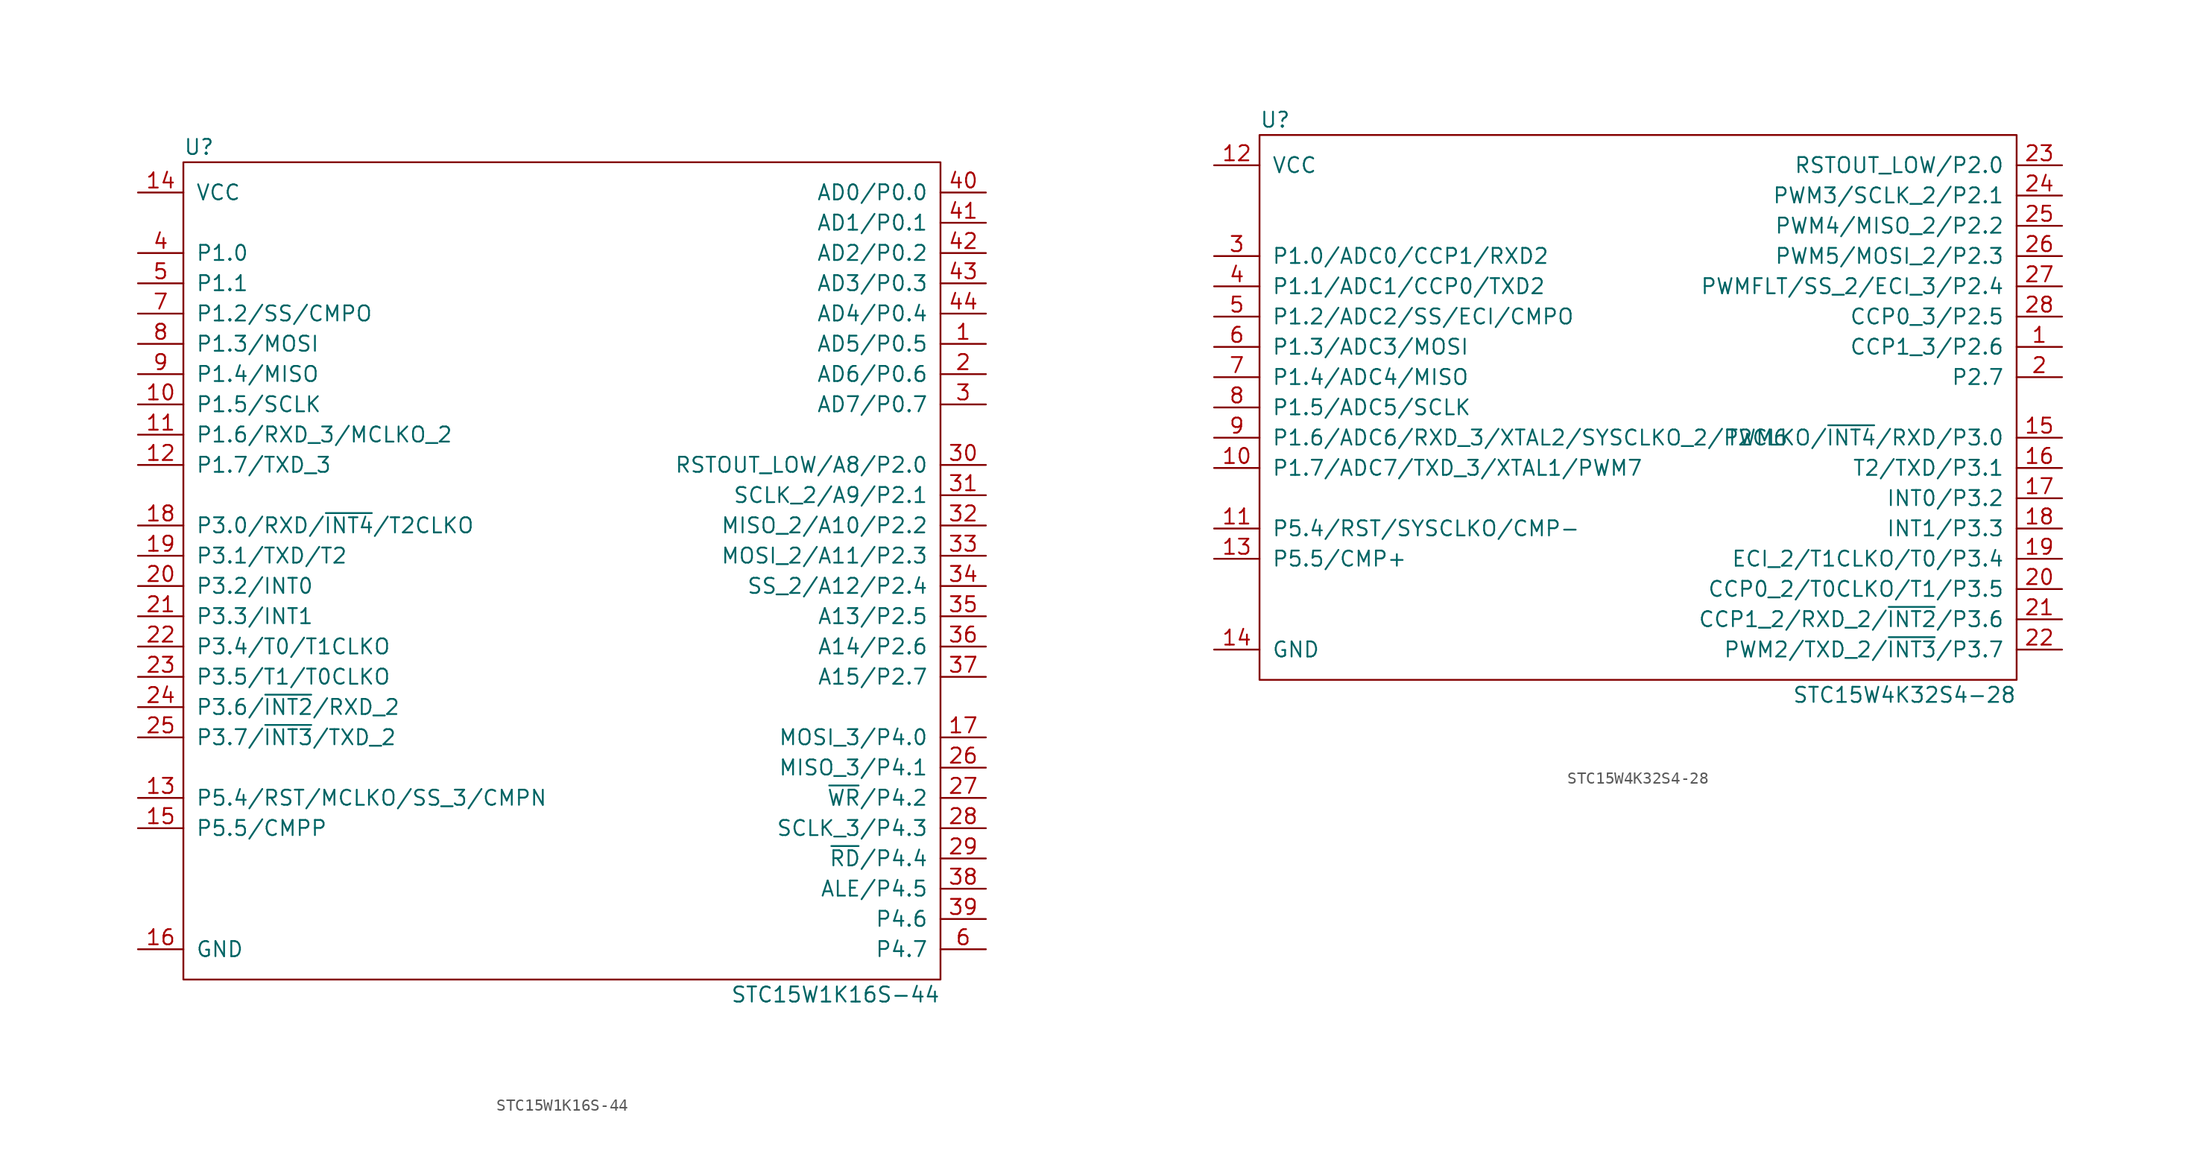
<source format=kicad_sym>
(kicad_symbol_lib
  (version 20211014)
  (generator kicad_symbol_editor)
  (symbol "STC15W1K16S-44"
    (pin_names
      (offset 1.016))
    (property "Reference" "U"
      (at -31.75 34.29 0)
      (effects (font (size 1.27 1.27)) (justify left)))
    (property "Value" "STC15W1K16S-44"
      (at 31.75 -36.83 0)
      (effects (font (size 1.27 1.27)) (justify right)))
    (symbol "STC15W1K16S-44_0_1"
      (rectangle (start -31.75 33.02) (end 31.75 -35.56) (stroke (width 0.152) (type default) (color 0 0 0 0)) (fill (type none))))
    (symbol "STC15W1K16S-44_1_1"
      (pin tri_state line (at 35.56 17.78 180) (length 3.81) (name "AD5/P0.5" (effects (font (size 1.27 1.27)))) (number "1" (effects (font (size 1.27 1.27)))))
      (pin tri_state line (at -35.56 12.7 0) (length 3.81) (name "P1.5/SCLK" (effects (font (size 1.27 1.27)))) (number "10" (effects (font (size 1.27 1.27)))))
      (pin tri_state line (at -35.56 10.16 0) (length 3.81) (name "P1.6/RXD_3/MCLKO_2" (effects (font (size 1.27 1.27)))) (number "11" (effects (font (size 1.27 1.27)))))
      (pin tri_state line (at -35.56 7.62 0) (length 3.81) (name "P1.7/TXD_3" (effects (font (size 1.27 1.27)))) (number "12" (effects (font (size 1.27 1.27)))))
      (pin tri_state line (at -35.56 -20.32 0) (length 3.81) (name "P5.4/RST/MCLKO/SS_3/CMPN" (effects (font (size 1.27 1.27)))) (number "13" (effects (font (size 1.27 1.27)))))
      (pin power_in line (at -35.56 30.48 0) (length 3.81) (name "VCC" (effects (font (size 1.27 1.27)))) (number "14" (effects (font (size 1.27 1.27)))))
      (pin tri_state line (at -35.56 -22.86 0) (length 3.81) (name "P5.5/CMPP" (effects (font (size 1.27 1.27)))) (number "15" (effects (font (size 1.27 1.27)))))
      (pin power_in line (at -35.56 -33.02 0) (length 3.81) (name "GND" (effects (font (size 1.27 1.27)))) (number "16" (effects (font (size 1.27 1.27)))))
      (pin tri_state line (at 35.56 -15.24 180) (length 3.81) (name "MOSI_3/P4.0" (effects (font (size 1.27 1.27)))) (number "17" (effects (font (size 1.27 1.27)))))
      (pin tri_state line (at -35.56 2.54 0) (length 3.81) (name "P3.0/RXD/~{INT4}/T2CLKO" (effects (font (size 1.27 1.27)))) (number "18" (effects (font (size 1.27 1.27)))))
      (pin tri_state line (at -35.56 0 0) (length 3.81) (name "P3.1/TXD/T2" (effects (font (size 1.27 1.27)))) (number "19" (effects (font (size 1.27 1.27)))))
      (pin tri_state line (at 35.56 15.24 180) (length 3.81) (name "AD6/P0.6" (effects (font (size 1.27 1.27)))) (number "2" (effects (font (size 1.27 1.27)))))
      (pin tri_state line (at -35.56 -2.54 0) (length 3.81) (name "P3.2/INT0" (effects (font (size 1.27 1.27)))) (number "20" (effects (font (size 1.27 1.27)))))
      (pin tri_state line (at -35.56 -5.08 0) (length 3.81) (name "P3.3/INT1" (effects (font (size 1.27 1.27)))) (number "21" (effects (font (size 1.27 1.27)))))
      (pin tri_state line (at -35.56 -7.62 0) (length 3.81) (name "P3.4/T0/T1CLKO" (effects (font (size 1.27 1.27)))) (number "22" (effects (font (size 1.27 1.27)))))
      (pin tri_state line (at -35.56 -10.16 0) (length 3.81) (name "P3.5/T1/T0CLKO" (effects (font (size 1.27 1.27)))) (number "23" (effects (font (size 1.27 1.27)))))
      (pin tri_state line (at -35.56 -12.7 0) (length 3.81) (name "P3.6/~{INT2}/RXD_2" (effects (font (size 1.27 1.27)))) (number "24" (effects (font (size 1.27 1.27)))))
      (pin tri_state line (at -35.56 -15.24 0) (length 3.81) (name "P3.7/~{INT3}/TXD_2" (effects (font (size 1.27 1.27)))) (number "25" (effects (font (size 1.27 1.27)))))
      (pin tri_state line (at 35.56 -17.78 180) (length 3.81) (name "MISO_3/P4.1" (effects (font (size 1.27 1.27)))) (number "26" (effects (font (size 1.27 1.27)))))
      (pin tri_state line (at 35.56 -20.32 180) (length 3.81) (name "~{WR}/P4.2" (effects (font (size 1.27 1.27)))) (number "27" (effects (font (size 1.27 1.27)))))
      (pin tri_state line (at 35.56 -22.86 180) (length 3.81) (name "SCLK_3/P4.3" (effects (font (size 1.27 1.27)))) (number "28" (effects (font (size 1.27 1.27)))))
      (pin tri_state line (at 35.56 -25.4 180) (length 3.81) (name "~{RD}/P4.4" (effects (font (size 1.27 1.27)))) (number "29" (effects (font (size 1.27 1.27)))))
      (pin tri_state line (at 35.56 12.7 180) (length 3.81) (name "AD7/P0.7" (effects (font (size 1.27 1.27)))) (number "3" (effects (font (size 1.27 1.27)))))
      (pin tri_state line (at 35.56 7.62 180) (length 3.81) (name "RSTOUT_LOW/A8/P2.0" (effects (font (size 1.27 1.27)))) (number "30" (effects (font (size 1.27 1.27)))))
      (pin tri_state line (at 35.56 5.08 180) (length 3.81) (name "SCLK_2/A9/P2.1" (effects (font (size 1.27 1.27)))) (number "31" (effects (font (size 1.27 1.27)))))
      (pin tri_state line (at 35.56 2.54 180) (length 3.81) (name "MISO_2/A10/P2.2" (effects (font (size 1.27 1.27)))) (number "32" (effects (font (size 1.27 1.27)))))
      (pin tri_state line (at 35.56 0 180) (length 3.81) (name "MOSI_2/A11/P2.3" (effects (font (size 1.27 1.27)))) (number "33" (effects (font (size 1.27 1.27)))))
      (pin tri_state line (at 35.56 -2.54 180) (length 3.81) (name "SS_2/A12/P2.4" (effects (font (size 1.27 1.27)))) (number "34" (effects (font (size 1.27 1.27)))))
      (pin tri_state line (at 35.56 -5.08 180) (length 3.81) (name "A13/P2.5" (effects (font (size 1.27 1.27)))) (number "35" (effects (font (size 1.27 1.27)))))
      (pin tri_state line (at 35.56 -7.62 180) (length 3.81) (name "A14/P2.6" (effects (font (size 1.27 1.27)))) (number "36" (effects (font (size 1.27 1.27)))))
      (pin tri_state line (at 35.56 -10.16 180) (length 3.81) (name "A15/P2.7" (effects (font (size 1.27 1.27)))) (number "37" (effects (font (size 1.27 1.27)))))
      (pin tri_state line (at 35.56 -27.94 180) (length 3.81) (name "ALE/P4.5" (effects (font (size 1.27 1.27)))) (number "38" (effects (font (size 1.27 1.27)))))
      (pin tri_state line (at 35.56 -30.48 180) (length 3.81) (name "P4.6" (effects (font (size 1.27 1.27)))) (number "39" (effects (font (size 1.27 1.27)))))
      (pin tri_state line (at -35.56 25.4 0) (length 3.81) (name "P1.0" (effects (font (size 1.27 1.27)))) (number "4" (effects (font (size 1.27 1.27)))))
      (pin tri_state line (at 35.56 30.48 180) (length 3.81) (name "AD0/P0.0" (effects (font (size 1.27 1.27)))) (number "40" (effects (font (size 1.27 1.27)))))
      (pin tri_state line (at 35.56 27.94 180) (length 3.81) (name "AD1/P0.1" (effects (font (size 1.27 1.27)))) (number "41" (effects (font (size 1.27 1.27)))))
      (pin tri_state line (at 35.56 25.4 180) (length 3.81) (name "AD2/P0.2" (effects (font (size 1.27 1.27)))) (number "42" (effects (font (size 1.27 1.27)))))
      (pin tri_state line (at 35.56 22.86 180) (length 3.81) (name "AD3/P0.3" (effects (font (size 1.27 1.27)))) (number "43" (effects (font (size 1.27 1.27)))))
      (pin tri_state line (at 35.56 20.32 180) (length 3.81) (name "AD4/P0.4" (effects (font (size 1.27 1.27)))) (number "44" (effects (font (size 1.27 1.27)))))
      (pin tri_state line (at -35.56 22.86 0) (length 3.81) (name "P1.1" (effects (font (size 1.27 1.27)))) (number "5" (effects (font (size 1.27 1.27)))))
      (pin tri_state line (at 35.56 -33.02 180) (length 3.81) (name "P4.7" (effects (font (size 1.27 1.27)))) (number "6" (effects (font (size 1.27 1.27)))))
      (pin tri_state line (at -35.56 20.32 0) (length 3.81) (name "P1.2/SS/CMPO" (effects (font (size 1.27 1.27)))) (number "7" (effects (font (size 1.27 1.27)))))
      (pin tri_state line (at -35.56 17.78 0) (length 3.81) (name "P1.3/MOSI" (effects (font (size 1.27 1.27)))) (number "8" (effects (font (size 1.27 1.27)))))
      (pin tri_state line (at -35.56 15.24 0) (length 3.81) (name "P1.4/MISO" (effects (font (size 1.27 1.27)))) (number "9" (effects (font (size 1.27 1.27)))))))
  (symbol "STC15W4K32S4-28"
    (pin_names
      (offset 1.016))
    (property "Reference" "U"
      (at -31.75 24.13 0)
      (effects (font (size 1.27 1.27)) (justify left)))
    (property "Value" "STC15W4K32S4-28"
      (at 31.75 -24.13 0)
      (effects (font (size 1.27 1.27)) (justify right)))
    (symbol "STC15W4K32S4-28_0_1"
      (rectangle (start -31.75 22.86) (end 31.75 -22.86) (stroke (width 0.152) (type default) (color 0 0 0 0)) (fill (type none))))
    (symbol "STC15W4K32S4-28_1_1"
      (pin tri_state line (at 35.56 5.08 180) (length 3.81) (name "CCP1_3/P2.6" (effects (font (size 1.27 1.27)))) (number "1" (effects (font (size 1.27 1.27)))))
      (pin tri_state line (at -35.56 -5.08 0) (length 3.81) (name "P1.7/ADC7/TXD_3/XTAL1/PWM7" (effects (font (size 1.27 1.27)))) (number "10" (effects (font (size 1.27 1.27)))))
      (pin tri_state line (at -35.56 -10.16 0) (length 3.81) (name "P5.4/RST/SYSCLKO/CMP-" (effects (font (size 1.27 1.27)))) (number "11" (effects (font (size 1.27 1.27)))))
      (pin power_in line (at -35.56 20.32 0) (length 3.81) (name "VCC" (effects (font (size 1.27 1.27)))) (number "12" (effects (font (size 1.27 1.27)))))
      (pin tri_state line (at -35.56 -12.7 0) (length 3.81) (name "P5.5/CMP+" (effects (font (size 1.27 1.27)))) (number "13" (effects (font (size 1.27 1.27)))))
      (pin power_in line (at -35.56 -20.32 0) (length 3.81) (name "GND" (effects (font (size 1.27 1.27)))) (number "14" (effects (font (size 1.27 1.27)))))
      (pin tri_state line (at 35.56 -2.54 180) (length 3.81) (name "T2CLKO/~{INT4}/RXD/P3.0" (effects (font (size 1.27 1.27)))) (number "15" (effects (font (size 1.27 1.27)))))
      (pin tri_state line (at 35.56 -5.08 180) (length 3.81) (name "T2/TXD/P3.1" (effects (font (size 1.27 1.27)))) (number "16" (effects (font (size 1.27 1.27)))))
      (pin tri_state line (at 35.56 -7.62 180) (length 3.81) (name "INT0/P3.2" (effects (font (size 1.27 1.27)))) (number "17" (effects (font (size 1.27 1.27)))))
      (pin tri_state line (at 35.56 -10.16 180) (length 3.81) (name "INT1/P3.3" (effects (font (size 1.27 1.27)))) (number "18" (effects (font (size 1.27 1.27)))))
      (pin tri_state line (at 35.56 -12.7 180) (length 3.81) (name "ECI_2/T1CLKO/T0/P3.4" (effects (font (size 1.27 1.27)))) (number "19" (effects (font (size 1.27 1.27)))))
      (pin tri_state line (at 35.56 2.54 180) (length 3.81) (name "P2.7" (effects (font (size 1.27 1.27)))) (number "2" (effects (font (size 1.27 1.27)))))
      (pin tri_state line (at 35.56 -15.24 180) (length 3.81) (name "CCP0_2/T0CLKO/T1/P3.5" (effects (font (size 1.27 1.27)))) (number "20" (effects (font (size 1.27 1.27)))))
      (pin tri_state line (at 35.56 -17.78 180) (length 3.81) (name "CCP1_2/RXD_2/~{INT2}/P3.6" (effects (font (size 1.27 1.27)))) (number "21" (effects (font (size 1.27 1.27)))))
      (pin tri_state line (at 35.56 -20.32 180) (length 3.81) (name "PWM2/TXD_2/~{INT3}/P3.7" (effects (font (size 1.27 1.27)))) (number "22" (effects (font (size 1.27 1.27)))))
      (pin tri_state line (at 35.56 20.32 180) (length 3.81) (name "RSTOUT_LOW/P2.0" (effects (font (size 1.27 1.27)))) (number "23" (effects (font (size 1.27 1.27)))))
      (pin tri_state line (at 35.56 17.78 180) (length 3.81) (name "PWM3/SCLK_2/P2.1" (effects (font (size 1.27 1.27)))) (number "24" (effects (font (size 1.27 1.27)))))
      (pin tri_state line (at 35.56 15.24 180) (length 3.81) (name "PWM4/MISO_2/P2.2" (effects (font (size 1.27 1.27)))) (number "25" (effects (font (size 1.27 1.27)))))
      (pin tri_state line (at 35.56 12.7 180) (length 3.81) (name "PWM5/MOSI_2/P2.3" (effects (font (size 1.27 1.27)))) (number "26" (effects (font (size 1.27 1.27)))))
      (pin tri_state line (at 35.56 10.16 180) (length 3.81) (name "PWMFLT/SS_2/ECI_3/P2.4" (effects (font (size 1.27 1.27)))) (number "27" (effects (font (size 1.27 1.27)))))
      (pin tri_state line (at 35.56 7.62 180) (length 3.81) (name "CCP0_3/P2.5" (effects (font (size 1.27 1.27)))) (number "28" (effects (font (size 1.27 1.27)))))
      (pin tri_state line (at -35.56 12.7 0) (length 3.81) (name "P1.0/ADC0/CCP1/RXD2" (effects (font (size 1.27 1.27)))) (number "3" (effects (font (size 1.27 1.27)))))
      (pin tri_state line (at -35.56 10.16 0) (length 3.81) (name "P1.1/ADC1/CCP0/TXD2" (effects (font (size 1.27 1.27)))) (number "4" (effects (font (size 1.27 1.27)))))
      (pin tri_state line (at -35.56 7.62 0) (length 3.81) (name "P1.2/ADC2/SS/ECI/CMPO" (effects (font (size 1.27 1.27)))) (number "5" (effects (font (size 1.27 1.27)))))
      (pin tri_state line (at -35.56 5.08 0) (length 3.81) (name "P1.3/ADC3/MOSI" (effects (font (size 1.27 1.27)))) (number "6" (effects (font (size 1.27 1.27)))))
      (pin tri_state line (at -35.56 2.54 0) (length 3.81) (name "P1.4/ADC4/MISO" (effects (font (size 1.27 1.27)))) (number "7" (effects (font (size 1.27 1.27)))))
      (pin tri_state line (at -35.56 0 0) (length 3.81) (name "P1.5/ADC5/SCLK" (effects (font (size 1.27 1.27)))) (number "8" (effects (font (size 1.27 1.27)))))
      (pin tri_state line (at -35.56 -2.54 0) (length 3.81) (name "P1.6/ADC6/RXD_3/XTAL2/SYSCLKO_2/PWM6" (effects (font (size 1.27 1.27)))) (number "9" (effects (font (size 1.27 1.27))))))))
</source>
